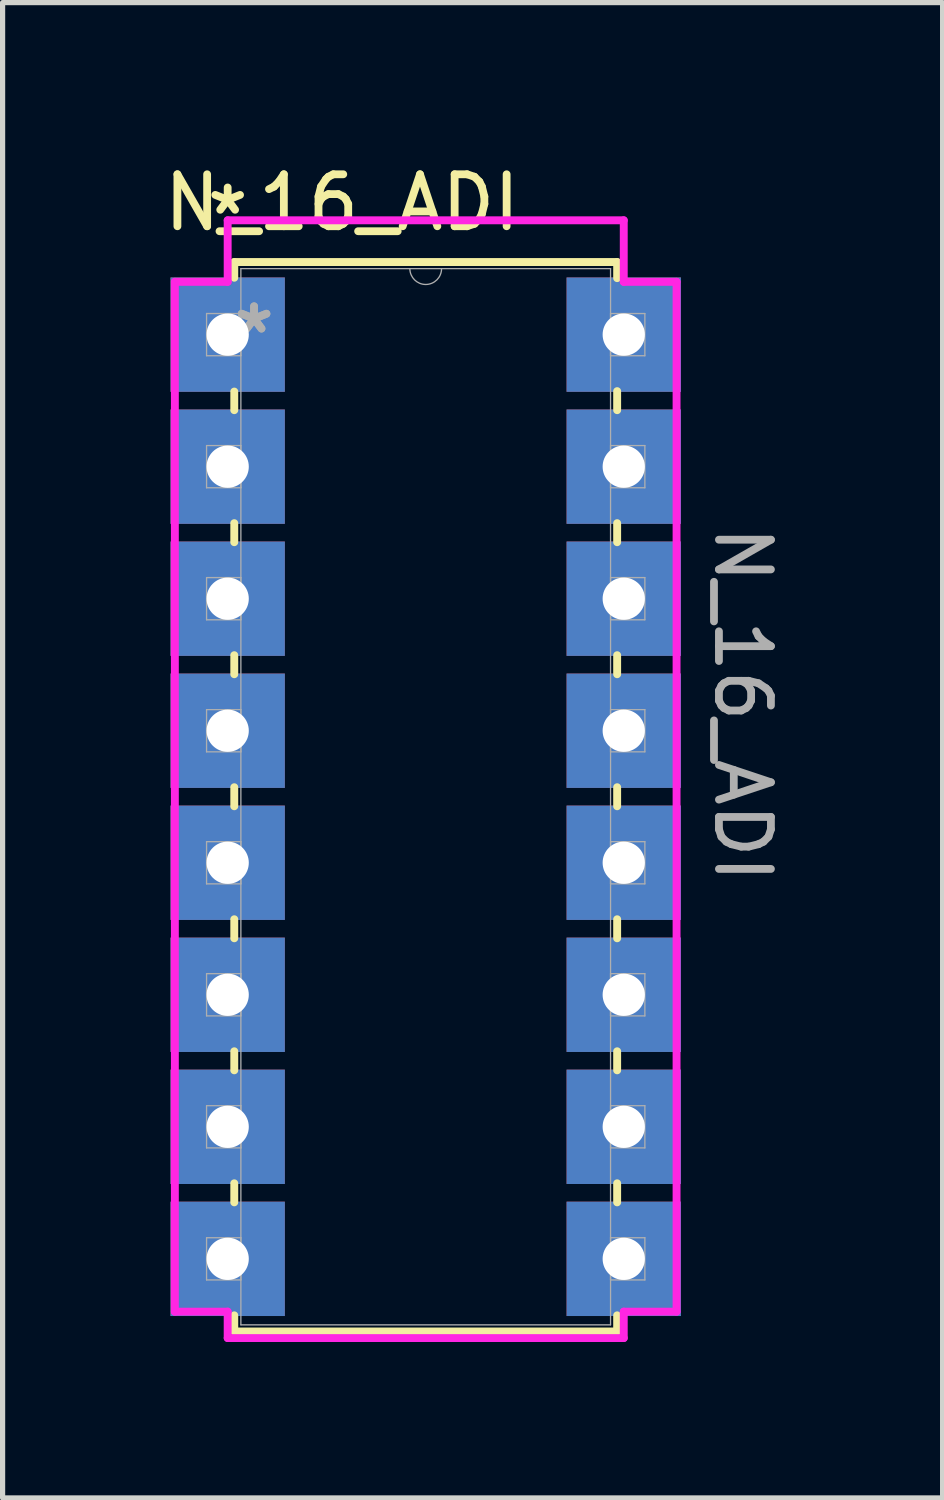
<source format=kicad_pcb>
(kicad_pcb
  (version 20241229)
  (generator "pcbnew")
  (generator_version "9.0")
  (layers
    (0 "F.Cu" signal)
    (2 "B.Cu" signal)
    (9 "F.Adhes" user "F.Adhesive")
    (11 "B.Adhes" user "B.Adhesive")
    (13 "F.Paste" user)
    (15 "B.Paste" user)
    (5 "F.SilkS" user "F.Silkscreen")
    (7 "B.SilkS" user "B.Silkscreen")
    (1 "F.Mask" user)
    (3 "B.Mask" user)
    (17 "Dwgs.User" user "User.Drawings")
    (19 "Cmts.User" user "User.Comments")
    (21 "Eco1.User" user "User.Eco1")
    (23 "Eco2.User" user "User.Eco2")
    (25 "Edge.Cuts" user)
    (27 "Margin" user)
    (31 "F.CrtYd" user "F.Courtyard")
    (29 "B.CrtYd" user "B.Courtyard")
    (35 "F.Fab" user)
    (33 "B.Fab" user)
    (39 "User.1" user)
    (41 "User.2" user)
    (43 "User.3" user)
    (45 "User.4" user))
  (footprint "N_16_ADI"
    (layer "F.Cu")
    (at 1.33 3.388)
    (property "Reference" "N_16_ADI" (at 2.2 -2.54 0) (unlocked yes) (layer "F.SilkS") (effects (font (size 1 1) (thickness 0.15))))
    (attr through_hole)
    (fp_line (start 0.127 -1.397) (end 0.127 -1.095) (stroke (width 0.152) (type solid)) (layer "F.SilkS"))
    (fp_line (start 0.127 1.095) (end 0.127 1.453) (stroke (width 0.152) (type solid)) (layer "F.SilkS"))
    (fp_line (start 0.127 3.627) (end 0.127 3.993) (stroke (width 0.152) (type solid)) (layer "F.SilkS"))
    (fp_line (start 0.127 6.167) (end 0.127 6.533) (stroke (width 0.152) (type solid)) (layer "F.SilkS"))
    (fp_line (start 0.127 8.707) (end 0.127 9.073) (stroke (width 0.152) (type solid)) (layer "F.SilkS"))
    (fp_line (start 0.127 11.247) (end 0.127 11.613) (stroke (width 0.152) (type solid)) (layer "F.SilkS"))
    (fp_line (start 0.127 13.787) (end 0.127 14.153) (stroke (width 0.152) (type solid)) (layer "F.SilkS"))
    (fp_line (start 0.127 16.327) (end 0.127 16.693) (stroke (width 0.152) (type solid)) (layer "F.SilkS"))
    (fp_line (start 0.127 18.867) (end 0.127 19.177) (stroke (width 0.152) (type solid)) (layer "F.SilkS"))
    (fp_line (start 0.127 19.177) (end 7.493 19.177) (stroke (width 0.152) (type solid)) (layer "F.SilkS"))
    (fp_line (start 7.493 -1.397) (end 0.127 -1.397) (stroke (width 0.152) (type solid)) (layer "F.SilkS"))
    (fp_line (start 7.493 -1.087) (end 7.493 -1.397) (stroke (width 0.152) (type solid)) (layer "F.SilkS"))
    (fp_line (start 7.493 1.453) (end 7.493 1.087) (stroke (width 0.152) (type solid)) (layer "F.SilkS"))
    (fp_line (start 7.493 3.993) (end 7.493 3.627) (stroke (width 0.152) (type solid)) (layer "F.SilkS"))
    (fp_line (start 7.493 6.533) (end 7.493 6.167) (stroke (width 0.152) (type solid)) (layer "F.SilkS"))
    (fp_line (start 7.493 9.073) (end 7.493 8.707) (stroke (width 0.152) (type solid)) (layer "F.SilkS"))
    (fp_line (start 7.493 11.613) (end 7.493 11.247) (stroke (width 0.152) (type solid)) (layer "F.SilkS"))
    (fp_line (start 7.493 14.153) (end 7.493 13.787) (stroke (width 0.152) (type solid)) (layer "F.SilkS"))
    (fp_line (start 7.493 16.693) (end 7.493 16.327) (stroke (width 0.152) (type solid)) (layer "F.SilkS"))
    (fp_line (start 7.493 19.177) (end 7.493 18.867) (stroke (width 0.152) (type solid)) (layer "F.SilkS"))
    (fp_line (start -1.016 -1.016) (end 0 -1.016) (stroke (width 0.152) (type solid)) (layer "F.CrtYd"))
    (fp_line (start -1.016 18.796) (end -1.016 -1.016) (stroke (width 0.152) (type solid)) (layer "F.CrtYd"))
    (fp_line (start 0 -2.2) (end 7.62 -2.2) (stroke (width 0.152) (type solid)) (layer "F.CrtYd"))
    (fp_line (start 0 -1.016) (end 0 -2.2) (stroke (width 0.152) (type solid)) (layer "F.CrtYd"))
    (fp_line (start 0 18.796) (end -1.016 18.796) (stroke (width 0.152) (type solid)) (layer "F.CrtYd"))
    (fp_line (start 0 19.304) (end 0 18.796) (stroke (width 0.152) (type solid)) (layer "F.CrtYd"))
    (fp_line (start 7.62 -2.2) (end 7.62 -1.016) (stroke (width 0.152) (type solid)) (layer "F.CrtYd"))
    (fp_line (start 7.62 18.796) (end 7.62 19.304) (stroke (width 0.152) (type solid)) (layer "F.CrtYd"))
    (fp_line (start 7.62 19.304) (end 0 19.304) (stroke (width 0.152) (type solid)) (layer "F.CrtYd"))
    (fp_line (start 8.636 -1.016) (end 7.62 -1.016) (stroke (width 0.152) (type solid)) (layer "F.CrtYd"))
    (fp_line (start 8.636 -1.016) (end 8.636 18.796) (stroke (width 0.152) (type solid)) (layer "F.CrtYd"))
    (fp_line (start 8.636 18.796) (end 7.62 18.796) (stroke (width 0.152) (type solid)) (layer "F.CrtYd"))
    (fp_line (start -0.406 -0.406) (end -0.406 0.406) (stroke (width 0.025) (type solid)) (layer "F.Fab"))
    (fp_line (start -0.406 0.406) (end 0.254 0.406) (stroke (width 0.025) (type solid)) (layer "F.Fab"))
    (fp_line (start -0.406 2.134) (end -0.406 2.946) (stroke (width 0.025) (type solid)) (layer "F.Fab"))
    (fp_line (start -0.406 2.946) (end 0.254 2.946) (stroke (width 0.025) (type solid)) (layer "F.Fab"))
    (fp_line (start -0.406 4.674) (end -0.406 5.486) (stroke (width 0.025) (type solid)) (layer "F.Fab"))
    (fp_line (start -0.406 5.486) (end 0.254 5.486) (stroke (width 0.025) (type solid)) (layer "F.Fab"))
    (fp_line (start -0.406 7.214) (end -0.406 8.026) (stroke (width 0.025) (type solid)) (layer "F.Fab"))
    (fp_line (start -0.406 8.026) (end 0.254 8.026) (stroke (width 0.025) (type solid)) (layer "F.Fab"))
    (fp_line (start -0.406 9.754) (end -0.406 10.566) (stroke (width 0.025) (type solid)) (layer "F.Fab"))
    (fp_line (start -0.406 10.566) (end 0.254 10.566) (stroke (width 0.025) (type solid)) (layer "F.Fab"))
    (fp_line (start -0.406 12.294) (end -0.406 13.106) (stroke (width 0.025) (type solid)) (layer "F.Fab"))
    (fp_line (start -0.406 13.106) (end 0.254 13.106) (stroke (width 0.025) (type solid)) (layer "F.Fab"))
    (fp_line (start -0.406 14.834) (end -0.406 15.646) (stroke (width 0.025) (type solid)) (layer "F.Fab"))
    (fp_line (start -0.406 15.646) (end 0.254 15.646) (stroke (width 0.025) (type solid)) (layer "F.Fab"))
    (fp_line (start -0.406 17.374) (end -0.406 18.186) (stroke (width 0.025) (type solid)) (layer "F.Fab"))
    (fp_line (start -0.406 18.186) (end 0.254 18.186) (stroke (width 0.025) (type solid)) (layer "F.Fab"))
    (fp_line (start 0.254 -1.27) (end 0.254 19.05) (stroke (width 0.025) (type solid)) (layer "F.Fab"))
    (fp_line (start 0.254 -0.406) (end -0.406 -0.406) (stroke (width 0.025) (type solid)) (layer "F.Fab"))
    (fp_line (start 0.254 0.406) (end 0.254 -0.406) (stroke (width 0.025) (type solid)) (layer "F.Fab"))
    (fp_line (start 0.254 2.134) (end -0.406 2.134) (stroke (width 0.025) (type solid)) (layer "F.Fab"))
    (fp_line (start 0.254 2.946) (end 0.254 2.134) (stroke (width 0.025) (type solid)) (layer "F.Fab"))
    (fp_line (start 0.254 4.674) (end -0.406 4.674) (stroke (width 0.025) (type solid)) (layer "F.Fab"))
    (fp_line (start 0.254 5.486) (end 0.254 4.674) (stroke (width 0.025) (type solid)) (layer "F.Fab"))
    (fp_line (start 0.254 7.214) (end -0.406 7.214) (stroke (width 0.025) (type solid)) (layer "F.Fab"))
    (fp_line (start 0.254 8.026) (end 0.254 7.214) (stroke (width 0.025) (type solid)) (layer "F.Fab"))
    (fp_line (start 0.254 9.754) (end -0.406 9.754) (stroke (width 0.025) (type solid)) (layer "F.Fab"))
    (fp_line (start 0.254 10.566) (end 0.254 9.754) (stroke (width 0.025) (type solid)) (layer "F.Fab"))
    (fp_line (start 0.254 12.294) (end -0.406 12.294) (stroke (width 0.025) (type solid)) (layer "F.Fab"))
    (fp_line (start 0.254 13.106) (end 0.254 12.294) (stroke (width 0.025) (type solid)) (layer "F.Fab"))
    (fp_line (start 0.254 14.834) (end -0.406 14.834) (stroke (width 0.025) (type solid)) (layer "F.Fab"))
    (fp_line (start 0.254 15.646) (end 0.254 14.834) (stroke (width 0.025) (type solid)) (layer "F.Fab"))
    (fp_line (start 0.254 17.374) (end -0.406 17.374) (stroke (width 0.025) (type solid)) (layer "F.Fab"))
    (fp_line (start 0.254 18.186) (end 0.254 17.374) (stroke (width 0.025) (type solid)) (layer "F.Fab"))
    (fp_line (start 0.254 19.05) (end 7.366 19.05) (stroke (width 0.025) (type solid)) (layer "F.Fab"))
    (fp_line (start 7.366 -1.27) (end 0.254 -1.27) (stroke (width 0.025) (type solid)) (layer "F.Fab"))
    (fp_line (start 7.366 -0.406) (end 7.366 0.406) (stroke (width 0.025) (type solid)) (layer "F.Fab"))
    (fp_line (start 7.366 0.406) (end 8.026 0.406) (stroke (width 0.025) (type solid)) (layer "F.Fab"))
    (fp_line (start 7.366 2.134) (end 7.366 2.946) (stroke (width 0.025) (type solid)) (layer "F.Fab"))
    (fp_line (start 7.366 2.946) (end 8.026 2.946) (stroke (width 0.025) (type solid)) (layer "F.Fab"))
    (fp_line (start 7.366 4.674) (end 7.366 5.486) (stroke (width 0.025) (type solid)) (layer "F.Fab"))
    (fp_line (start 7.366 5.486) (end 8.026 5.486) (stroke (width 0.025) (type solid)) (layer "F.Fab"))
    (fp_line (start 7.366 7.214) (end 7.366 8.026) (stroke (width 0.025) (type solid)) (layer "F.Fab"))
    (fp_line (start 7.366 8.026) (end 8.026 8.026) (stroke (width 0.025) (type solid)) (layer "F.Fab"))
    (fp_line (start 7.366 9.754) (end 7.366 10.566) (stroke (width 0.025) (type solid)) (layer "F.Fab"))
    (fp_line (start 7.366 10.566) (end 8.026 10.566) (stroke (width 0.025) (type solid)) (layer "F.Fab"))
    (fp_line (start 7.366 12.294) (end 7.366 13.106) (stroke (width 0.025) (type solid)) (layer "F.Fab"))
    (fp_line (start 7.366 13.106) (end 8.026 13.106) (stroke (width 0.025) (type solid)) (layer "F.Fab"))
    (fp_line (start 7.366 14.834) (end 7.366 15.646) (stroke (width 0.025) (type solid)) (layer "F.Fab"))
    (fp_line (start 7.366 15.646) (end 8.026 15.646) (stroke (width 0.025) (type solid)) (layer "F.Fab"))
    (fp_line (start 7.366 17.374) (end 7.366 18.186) (stroke (width 0.025) (type solid)) (layer "F.Fab"))
    (fp_line (start 7.366 18.186) (end 8.026 18.186) (stroke (width 0.025) (type solid)) (layer "F.Fab"))
    (fp_line (start 7.366 19.05) (end 7.366 -1.27) (stroke (width 0.025) (type solid)) (layer "F.Fab"))
    (fp_line (start 8.026 -0.406) (end 7.366 -0.406) (stroke (width 0.025) (type solid)) (layer "F.Fab"))
    (fp_line (start 8.026 0.406) (end 8.026 -0.406) (stroke (width 0.025) (type solid)) (layer "F.Fab"))
    (fp_line (start 8.026 2.134) (end 7.366 2.134) (stroke (width 0.025) (type solid)) (layer "F.Fab"))
    (fp_line (start 8.026 2.946) (end 8.026 2.134) (stroke (width 0.025) (type solid)) (layer "F.Fab"))
    (fp_line (start 8.026 4.674) (end 7.366 4.674) (stroke (width 0.025) (type solid)) (layer "F.Fab"))
    (fp_line (start 8.026 5.486) (end 8.026 4.674) (stroke (width 0.025) (type solid)) (layer "F.Fab"))
    (fp_line (start 8.026 7.214) (end 7.366 7.214) (stroke (width 0.025) (type solid)) (layer "F.Fab"))
    (fp_line (start 8.026 8.026) (end 8.026 7.214) (stroke (width 0.025) (type solid)) (layer "F.Fab"))
    (fp_line (start 8.026 9.754) (end 7.366 9.754) (stroke (width 0.025) (type solid)) (layer "F.Fab"))
    (fp_line (start 8.026 10.566) (end 8.026 9.754) (stroke (width 0.025) (type solid)) (layer "F.Fab"))
    (fp_line (start 8.026 12.294) (end 7.366 12.294) (stroke (width 0.025) (type solid)) (layer "F.Fab"))
    (fp_line (start 8.026 13.106) (end 8.026 12.294) (stroke (width 0.025) (type solid)) (layer "F.Fab"))
    (fp_line (start 8.026 14.834) (end 7.366 14.834) (stroke (width 0.025) (type solid)) (layer "F.Fab"))
    (fp_line (start 8.026 15.646) (end 8.026 14.834) (stroke (width 0.025) (type solid)) (layer "F.Fab"))
    (fp_line (start 8.026 17.374) (end 7.366 17.374) (stroke (width 0.025) (type solid)) (layer "F.Fab"))
    (fp_line (start 8.026 18.186) (end 8.026 17.374) (stroke (width 0.025) (type solid)) (layer "F.Fab"))
    (fp_arc (start 4.1148 -1.27) (mid 3.81 -0.9652) (end 3.5052 -1.27) (stroke (width 0.0254) (type solid)) (layer "F.Fab"))
    (fp_text user "*" (at 0 -2.286 0) (layer "F.SilkS") (effects (font (size 1 1) (thickness 0.15))))
    (fp_text user "${REFERENCE}" (at 9.906 7.112 270) (unlocked yes) (layer "F.Fab") (effects (font (size 1 1) (thickness 0.15))))
    (fp_text user "*" (at 0.508 0 0) (layer "F.Fab") (effects (font (size 1 1) (thickness 0.15))))
    (fp_text user "*" (at 0.508 0 0) (unlocked yes) (layer "F.Fab") (effects (font (size 1 1) (thickness 0.15))))
    (pad "1" thru_hole rect (at 0 0) (size 2.2 2.2) (drill 0.813) (layers "*.Cu" "*.Mask"))
    (pad "2" thru_hole rect (at 0 2.54) (size 2.2 2.2) (drill 0.813) (layers "*.Cu" "*.Mask"))
    (pad "3" thru_hole rect (at 0 5.08) (size 2.2 2.2) (drill 0.813) (layers "*.Cu" "*.Mask"))
    (pad "4" thru_hole rect (at 0 7.62) (size 2.2 2.2) (drill 0.813) (layers "*.Cu" "*.Mask"))
    (pad "5" thru_hole rect (at 0 10.16) (size 2.2 2.2) (drill 0.813) (layers "*.Cu" "*.Mask"))
    (pad "6" thru_hole rect (at 0 12.7) (size 2.2 2.2) (drill 0.813) (layers "*.Cu" "*.Mask"))
    (pad "7" thru_hole rect (at 0 15.24) (size 2.2 2.2) (drill 0.813) (layers "*.Cu" "*.Mask"))
    (pad "8" thru_hole rect (at 0 17.78) (size 2.2 2.2) (drill 0.813) (layers "*.Cu" "*.Mask"))
    (pad "9" thru_hole rect (at 7.62 17.78) (size 2.2 2.2) (drill 0.813) (layers "*.Cu" "*.Mask"))
    (pad "10" thru_hole rect (at 7.62 15.24) (size 2.2 2.2) (drill 0.813) (layers "*.Cu" "*.Mask"))
    (pad "11" thru_hole rect (at 7.62 12.7) (size 2.2 2.2) (drill 0.813) (layers "*.Cu" "*.Mask"))
    (pad "12" thru_hole rect (at 7.62 10.16) (size 2.2 2.2) (drill 0.813) (layers "*.Cu" "*.Mask"))
    (pad "13" thru_hole rect (at 7.62 7.62) (size 2.2 2.2) (drill 0.813) (layers "*.Cu" "*.Mask"))
    (pad "14" thru_hole rect (at 7.62 5.08) (size 2.2 2.2) (drill 0.813) (layers "*.Cu" "*.Mask"))
    (pad "15" thru_hole rect (at 7.62 2.54) (size 2.2 2.2) (drill 0.813) (layers "*.Cu" "*.Mask"))
    (pad "16" thru_hole rect (at 7.62 0) (size 2.2 2.2) (drill 0.813) (layers "*.Cu" "*.Mask")))
  (gr_rect
    (start -3 -3)
    (end 15.084 25.768)
    (stroke (width 0.1) (type default))
    (fill no)
    (layer "Edge.Cuts")))
</source>
